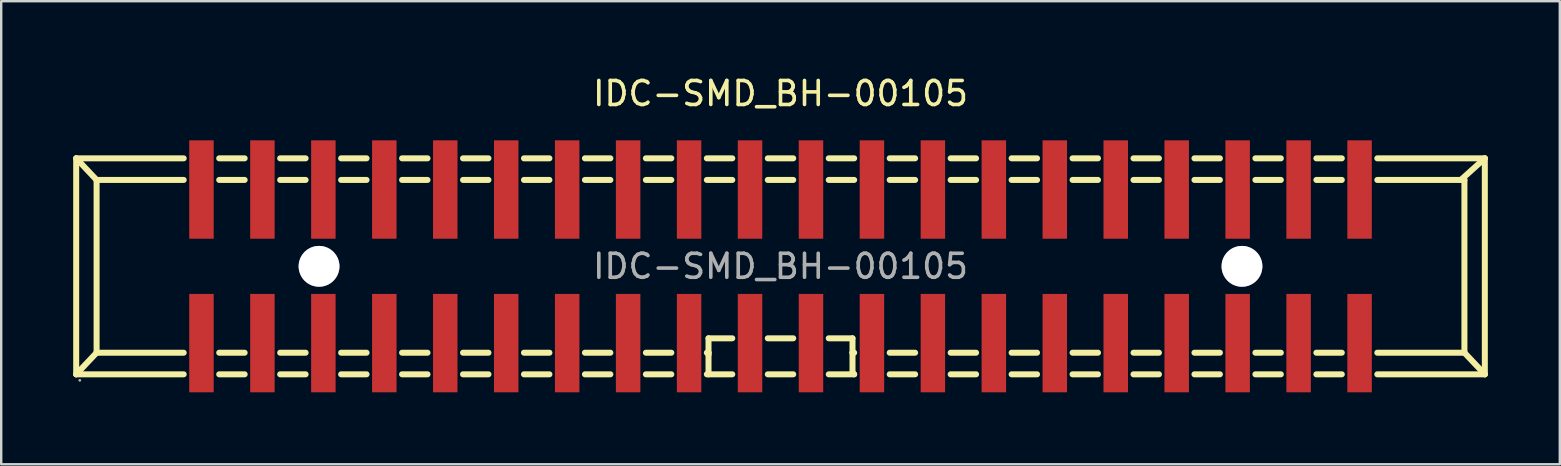
<source format=kicad_pcb>
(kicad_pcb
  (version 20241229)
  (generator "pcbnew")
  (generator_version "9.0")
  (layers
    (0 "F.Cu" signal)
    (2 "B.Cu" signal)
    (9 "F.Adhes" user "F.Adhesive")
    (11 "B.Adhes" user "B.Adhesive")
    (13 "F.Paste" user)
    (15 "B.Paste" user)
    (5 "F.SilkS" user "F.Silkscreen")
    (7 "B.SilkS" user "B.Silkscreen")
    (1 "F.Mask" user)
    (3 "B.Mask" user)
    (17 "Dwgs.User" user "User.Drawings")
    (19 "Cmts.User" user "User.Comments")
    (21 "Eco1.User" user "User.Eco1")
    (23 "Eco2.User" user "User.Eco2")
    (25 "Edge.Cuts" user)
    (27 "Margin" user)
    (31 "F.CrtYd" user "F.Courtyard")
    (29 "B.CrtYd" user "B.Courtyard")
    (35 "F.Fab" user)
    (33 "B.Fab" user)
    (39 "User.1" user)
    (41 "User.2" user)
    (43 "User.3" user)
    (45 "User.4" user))
  (footprint "IDC-SMD_BH-00105"
    (layer "F.Cu")
    (at 29.475 8.048)
    (property "Reference" "IDC-SMD_BH-00105" (at 0 -7.2 0) (layer "F.SilkS") (effects (font (size 1 1) (thickness 0.15))))
    (attr through_hole)
    (fp_line (start -29.35 -4.5) (end -29.35 4.5) (stroke (width 0.25) (type solid)) (layer "F.SilkS"))
    (fp_line (start -29.35 -4.5) (end -24.87 -4.5) (stroke (width 0.25) (type solid)) (layer "F.SilkS"))
    (fp_line (start -29.35 4.5) (end -28.5 3.6) (stroke (width 0.25) (type solid)) (layer "F.SilkS"))
    (fp_line (start -29.35 4.5) (end -24.87 4.5) (stroke (width 0.25) (type solid)) (layer "F.SilkS"))
    (fp_line (start -28.5 -3.6) (end -29.35 -4.5) (stroke (width 0.25) (type solid)) (layer "F.SilkS"))
    (fp_line (start -28.5 -3.6) (end -24.87 -3.6) (stroke (width 0.25) (type solid)) (layer "F.SilkS"))
    (fp_line (start -28.5 3.6) (end -28.5 -3.6) (stroke (width 0.25) (type solid)) (layer "F.SilkS"))
    (fp_line (start -28.5 3.6) (end -24.87 3.6) (stroke (width 0.25) (type solid)) (layer "F.SilkS"))
    (fp_line (start -23.39 -4.5) (end -22.33 -4.5) (stroke (width 0.25) (type solid)) (layer "F.SilkS"))
    (fp_line (start -23.39 -3.6) (end -22.33 -3.6) (stroke (width 0.25) (type solid)) (layer "F.SilkS"))
    (fp_line (start -23.39 3.6) (end -22.33 3.6) (stroke (width 0.25) (type solid)) (layer "F.SilkS"))
    (fp_line (start -23.39 4.5) (end -22.33 4.5) (stroke (width 0.25) (type solid)) (layer "F.SilkS"))
    (fp_line (start -20.85 -4.5) (end -19.79 -4.5) (stroke (width 0.25) (type solid)) (layer "F.SilkS"))
    (fp_line (start -20.85 -3.6) (end -19.79 -3.6) (stroke (width 0.25) (type solid)) (layer "F.SilkS"))
    (fp_line (start -20.85 3.6) (end -19.79 3.6) (stroke (width 0.25) (type solid)) (layer "F.SilkS"))
    (fp_line (start -20.85 4.5) (end -19.79 4.5) (stroke (width 0.25) (type solid)) (layer "F.SilkS"))
    (fp_line (start -18.31 -4.5) (end -17.25 -4.5) (stroke (width 0.25) (type solid)) (layer "F.SilkS"))
    (fp_line (start -18.31 -3.6) (end -17.25 -3.6) (stroke (width 0.25) (type solid)) (layer "F.SilkS"))
    (fp_line (start -18.31 3.6) (end -17.25 3.6) (stroke (width 0.25) (type solid)) (layer "F.SilkS"))
    (fp_line (start -18.31 4.5) (end -17.25 4.5) (stroke (width 0.25) (type solid)) (layer "F.SilkS"))
    (fp_line (start -15.77 -4.5) (end -14.71 -4.5) (stroke (width 0.25) (type solid)) (layer "F.SilkS"))
    (fp_line (start -15.77 -3.6) (end -14.71 -3.6) (stroke (width 0.25) (type solid)) (layer "F.SilkS"))
    (fp_line (start -15.77 3.6) (end -14.71 3.6) (stroke (width 0.25) (type solid)) (layer "F.SilkS"))
    (fp_line (start -15.77 4.5) (end -14.71 4.5) (stroke (width 0.25) (type solid)) (layer "F.SilkS"))
    (fp_line (start -13.23 -4.5) (end -12.17 -4.5) (stroke (width 0.25) (type solid)) (layer "F.SilkS"))
    (fp_line (start -13.23 -3.6) (end -12.17 -3.6) (stroke (width 0.25) (type solid)) (layer "F.SilkS"))
    (fp_line (start -13.23 3.6) (end -12.17 3.6) (stroke (width 0.25) (type solid)) (layer "F.SilkS"))
    (fp_line (start -13.23 4.5) (end -12.17 4.5) (stroke (width 0.25) (type solid)) (layer "F.SilkS"))
    (fp_line (start -10.69 -4.5) (end -9.63 -4.5) (stroke (width 0.25) (type solid)) (layer "F.SilkS"))
    (fp_line (start -10.69 -3.6) (end -9.63 -3.6) (stroke (width 0.25) (type solid)) (layer "F.SilkS"))
    (fp_line (start -10.69 3.6) (end -9.63 3.6) (stroke (width 0.25) (type solid)) (layer "F.SilkS"))
    (fp_line (start -10.69 4.5) (end -9.63 4.5) (stroke (width 0.25) (type solid)) (layer "F.SilkS"))
    (fp_line (start -8.15 -4.5) (end -7.09 -4.5) (stroke (width 0.25) (type solid)) (layer "F.SilkS"))
    (fp_line (start -8.15 -3.6) (end -7.09 -3.6) (stroke (width 0.25) (type solid)) (layer "F.SilkS"))
    (fp_line (start -8.15 3.6) (end -7.09 3.6) (stroke (width 0.25) (type solid)) (layer "F.SilkS"))
    (fp_line (start -8.15 4.5) (end -7.09 4.5) (stroke (width 0.25) (type solid)) (layer "F.SilkS"))
    (fp_line (start -5.61 -4.5) (end -4.55 -4.5) (stroke (width 0.25) (type solid)) (layer "F.SilkS"))
    (fp_line (start -5.61 -3.6) (end -4.55 -3.6) (stroke (width 0.25) (type solid)) (layer "F.SilkS"))
    (fp_line (start -5.61 3.6) (end -4.55 3.6) (stroke (width 0.25) (type solid)) (layer "F.SilkS"))
    (fp_line (start -5.61 4.5) (end -4.55 4.5) (stroke (width 0.25) (type solid)) (layer "F.SilkS"))
    (fp_line (start -3.07 -4.5) (end -2.01 -4.5) (stroke (width 0.25) (type solid)) (layer "F.SilkS"))
    (fp_line (start -3.07 -3.6) (end -2.01 -3.6) (stroke (width 0.25) (type solid)) (layer "F.SilkS"))
    (fp_line (start -3.07 3.6) (end -3 3.6) (stroke (width 0.25) (type solid)) (layer "F.SilkS"))
    (fp_line (start -3.07 4.5) (end -2.01 4.5) (stroke (width 0.25) (type solid)) (layer "F.SilkS"))
    (fp_line (start -3 3) (end -2.01 3) (stroke (width 0.25) (type solid)) (layer "F.SilkS"))
    (fp_line (start -3 3.6) (end -3 4.5) (stroke (width 0.25) (type solid)) (layer "F.SilkS"))
    (fp_line (start -3 3.68) (end -3 3) (stroke (width 0.25) (type solid)) (layer "F.SilkS"))
    (fp_line (start -0.53 -4.5) (end 0.53 -4.5) (stroke (width 0.25) (type solid)) (layer "F.SilkS"))
    (fp_line (start -0.53 -3.6) (end 0.53 -3.6) (stroke (width 0.25) (type solid)) (layer "F.SilkS"))
    (fp_line (start -0.53 3) (end 0.53 3) (stroke (width 0.25) (type solid)) (layer "F.SilkS"))
    (fp_line (start -0.53 4.5) (end 0.53 4.5) (stroke (width 0.25) (type solid)) (layer "F.SilkS"))
    (fp_line (start 2.01 -4.5) (end 3.07 -4.5) (stroke (width 0.25) (type solid)) (layer "F.SilkS"))
    (fp_line (start 2.01 -3.6) (end 3.07 -3.6) (stroke (width 0.25) (type solid)) (layer "F.SilkS"))
    (fp_line (start 2.01 3) (end 3 3) (stroke (width 0.25) (type solid)) (layer "F.SilkS"))
    (fp_line (start 2.01 4.5) (end 3.07 4.5) (stroke (width 0.25) (type solid)) (layer "F.SilkS"))
    (fp_line (start 3 3) (end 3 3.6) (stroke (width 0.25) (type solid)) (layer "F.SilkS"))
    (fp_line (start 3 3.6) (end 3 4.43) (stroke (width 0.25) (type solid)) (layer "F.SilkS"))
    (fp_line (start 3 4.43) (end 3.07 4.5) (stroke (width 0.25) (type solid)) (layer "F.SilkS"))
    (fp_line (start 3.07 3.6) (end 3 3.6) (stroke (width 0.25) (type solid)) (layer "F.SilkS"))
    (fp_line (start 4.55 -4.5) (end 5.61 -4.5) (stroke (width 0.25) (type solid)) (layer "F.SilkS"))
    (fp_line (start 4.55 -3.6) (end 5.61 -3.6) (stroke (width 0.25) (type solid)) (layer "F.SilkS"))
    (fp_line (start 4.55 4.5) (end 5.61 4.5) (stroke (width 0.25) (type solid)) (layer "F.SilkS"))
    (fp_line (start 5.61 3.6) (end 4.55 3.6) (stroke (width 0.25) (type solid)) (layer "F.SilkS"))
    (fp_line (start 7.09 -4.5) (end 8.15 -4.5) (stroke (width 0.25) (type solid)) (layer "F.SilkS"))
    (fp_line (start 7.09 -3.6) (end 8.15 -3.6) (stroke (width 0.25) (type solid)) (layer "F.SilkS"))
    (fp_line (start 7.09 4.5) (end 8.15 4.5) (stroke (width 0.25) (type solid)) (layer "F.SilkS"))
    (fp_line (start 8.15 3.6) (end 7.09 3.6) (stroke (width 0.25) (type solid)) (layer "F.SilkS"))
    (fp_line (start 9.63 -4.5) (end 10.69 -4.5) (stroke (width 0.25) (type solid)) (layer "F.SilkS"))
    (fp_line (start 9.63 -3.6) (end 10.69 -3.6) (stroke (width 0.25) (type solid)) (layer "F.SilkS"))
    (fp_line (start 9.63 4.5) (end 10.69 4.5) (stroke (width 0.25) (type solid)) (layer "F.SilkS"))
    (fp_line (start 10.69 3.6) (end 9.63 3.6) (stroke (width 0.25) (type solid)) (layer "F.SilkS"))
    (fp_line (start 12.17 -4.5) (end 13.23 -4.5) (stroke (width 0.25) (type solid)) (layer "F.SilkS"))
    (fp_line (start 12.17 -3.6) (end 13.23 -3.6) (stroke (width 0.25) (type solid)) (layer "F.SilkS"))
    (fp_line (start 12.17 4.5) (end 13.23 4.5) (stroke (width 0.25) (type solid)) (layer "F.SilkS"))
    (fp_line (start 13.23 3.6) (end 12.17 3.6) (stroke (width 0.25) (type solid)) (layer "F.SilkS"))
    (fp_line (start 14.71 -4.5) (end 15.77 -4.5) (stroke (width 0.25) (type solid)) (layer "F.SilkS"))
    (fp_line (start 14.71 -3.6) (end 15.77 -3.6) (stroke (width 0.25) (type solid)) (layer "F.SilkS"))
    (fp_line (start 14.71 4.5) (end 15.77 4.5) (stroke (width 0.25) (type solid)) (layer "F.SilkS"))
    (fp_line (start 15.77 3.6) (end 14.71 3.6) (stroke (width 0.25) (type solid)) (layer "F.SilkS"))
    (fp_line (start 17.25 -4.5) (end 18.31 -4.5) (stroke (width 0.25) (type solid)) (layer "F.SilkS"))
    (fp_line (start 17.25 -3.6) (end 18.31 -3.6) (stroke (width 0.25) (type solid)) (layer "F.SilkS"))
    (fp_line (start 17.25 4.5) (end 18.31 4.5) (stroke (width 0.25) (type solid)) (layer "F.SilkS"))
    (fp_line (start 18.31 3.6) (end 17.25 3.6) (stroke (width 0.25) (type solid)) (layer "F.SilkS"))
    (fp_line (start 19.79 -4.5) (end 20.85 -4.5) (stroke (width 0.25) (type solid)) (layer "F.SilkS"))
    (fp_line (start 19.79 -3.6) (end 20.85 -3.6) (stroke (width 0.25) (type solid)) (layer "F.SilkS"))
    (fp_line (start 19.79 4.5) (end 20.85 4.5) (stroke (width 0.25) (type solid)) (layer "F.SilkS"))
    (fp_line (start 20.85 3.6) (end 19.79 3.6) (stroke (width 0.25) (type solid)) (layer "F.SilkS"))
    (fp_line (start 22.33 -4.5) (end 23.39 -4.5) (stroke (width 0.25) (type solid)) (layer "F.SilkS"))
    (fp_line (start 22.33 -3.6) (end 23.39 -3.6) (stroke (width 0.25) (type solid)) (layer "F.SilkS"))
    (fp_line (start 22.33 4.5) (end 23.39 4.5) (stroke (width 0.25) (type solid)) (layer "F.SilkS"))
    (fp_line (start 23.39 3.6) (end 22.33 3.6) (stroke (width 0.25) (type solid)) (layer "F.SilkS"))
    (fp_line (start 24.87 -4.5) (end 29.35 -4.5) (stroke (width 0.25) (type solid)) (layer "F.SilkS"))
    (fp_line (start 24.87 -3.6) (end 28.5 -3.6) (stroke (width 0.25) (type solid)) (layer "F.SilkS"))
    (fp_line (start 24.87 4.5) (end 29.35 4.5) (stroke (width 0.25) (type solid)) (layer "F.SilkS"))
    (fp_line (start 28.35 -3.6) (end 29.35 -4.5) (stroke (width 0.25) (type solid)) (layer "F.SilkS"))
    (fp_line (start 28.5 -3.6) (end 28.5 3.6) (stroke (width 0.25) (type solid)) (layer "F.SilkS"))
    (fp_line (start 28.5 3.6) (end 24.87 3.6) (stroke (width 0.25) (type solid)) (layer "F.SilkS"))
    (fp_line (start 28.5 3.6) (end 29.35 4.5) (stroke (width 0.25) (type solid)) (layer "F.SilkS"))
    (fp_line (start 29.35 -4.5) (end 29.35 4.5) (stroke (width 0.25) (type solid)) (layer "F.SilkS"))
    (fp_circle (center -19.23 0) (end -18.83 0) (stroke (width 0.8) (type solid)) (fill no) (layer "Cmts.User"))
    (fp_circle (center 19.23 0) (end 19.63 0) (stroke (width 0.8) (type solid)) (fill no) (layer "Cmts.User"))
    (fp_circle (center -29.2 4.75) (end -29.17 4.75) (stroke (width 0.06) (type solid)) (fill no) (layer "F.Fab"))
    (fp_text user "${REFERENCE}" (at 0 0 0) (layer "F.Fab") (effects (font (size 1 1) (thickness 0.15))))
    (pad "" thru_hole circle (at -19.23 0) (size 1.7 1.7) (drill 1.7) (layers "*.Cu" "*.Mask"))
    (pad "" thru_hole circle (at 19.23 0) (size 1.7 1.7) (drill 1.7) (layers "*.Cu" "*.Mask"))
    (pad "1" smd rect (at -24.13 3.2) (size 1.02 4.1) (layers "F.Cu" "F.Mask" "F.Paste"))
    (pad "2" smd rect (at -24.13 -3.2) (size 1.02 4.1) (layers "F.Cu" "F.Mask" "F.Paste"))
    (pad "3" smd rect (at -21.59 3.2) (size 1.02 4.1) (layers "F.Cu" "F.Mask" "F.Paste"))
    (pad "4" smd rect (at -21.59 -3.2) (size 1.02 4.1) (layers "F.Cu" "F.Mask" "F.Paste"))
    (pad "5" smd rect (at -19.05 3.2) (size 1.02 4.1) (layers "F.Cu" "F.Mask" "F.Paste"))
    (pad "6" smd rect (at -19.05 -3.2) (size 1.02 4.1) (layers "F.Cu" "F.Mask" "F.Paste"))
    (pad "7" smd rect (at -16.51 3.2) (size 1.02 4.1) (layers "F.Cu" "F.Mask" "F.Paste"))
    (pad "8" smd rect (at -16.51 -3.2) (size 1.02 4.1) (layers "F.Cu" "F.Mask" "F.Paste"))
    (pad "9" smd rect (at -13.97 3.2) (size 1.02 4.1) (layers "F.Cu" "F.Mask" "F.Paste"))
    (pad "10" smd rect (at -13.97 -3.2) (size 1.02 4.1) (layers "F.Cu" "F.Mask" "F.Paste"))
    (pad "11" smd rect (at -11.43 3.2) (size 1.02 4.1) (layers "F.Cu" "F.Mask" "F.Paste"))
    (pad "12" smd rect (at -11.43 -3.2) (size 1.02 4.1) (layers "F.Cu" "F.Mask" "F.Paste"))
    (pad "13" smd rect (at -8.89 3.2) (size 1.02 4.1) (layers "F.Cu" "F.Mask" "F.Paste"))
    (pad "14" smd rect (at -8.89 -3.2) (size 1.02 4.1) (layers "F.Cu" "F.Mask" "F.Paste"))
    (pad "15" smd rect (at -6.35 3.2) (size 1.02 4.1) (layers "F.Cu" "F.Mask" "F.Paste"))
    (pad "16" smd rect (at -6.35 -3.2) (size 1.02 4.1) (layers "F.Cu" "F.Mask" "F.Paste"))
    (pad "17" smd rect (at -3.81 3.2) (size 1.02 4.1) (layers "F.Cu" "F.Mask" "F.Paste"))
    (pad "18" smd rect (at -3.81 -3.2) (size 1.02 4.1) (layers "F.Cu" "F.Mask" "F.Paste"))
    (pad "19" smd rect (at -1.27 3.2) (size 1.02 4.1) (layers "F.Cu" "F.Mask" "F.Paste"))
    (pad "20" smd rect (at -1.27 -3.2) (size 1.02 4.1) (layers "F.Cu" "F.Mask" "F.Paste"))
    (pad "21" smd rect (at 1.27 3.2) (size 1.02 4.1) (layers "F.Cu" "F.Mask" "F.Paste"))
    (pad "22" smd rect (at 1.27 -3.2) (size 1.02 4.1) (layers "F.Cu" "F.Mask" "F.Paste"))
    (pad "23" smd rect (at 3.81 3.2) (size 1.02 4.1) (layers "F.Cu" "F.Mask" "F.Paste"))
    (pad "24" smd rect (at 3.81 -3.2) (size 1.02 4.1) (layers "F.Cu" "F.Mask" "F.Paste"))
    (pad "25" smd rect (at 6.35 3.2) (size 1.02 4.1) (layers "F.Cu" "F.Mask" "F.Paste"))
    (pad "26" smd rect (at 6.35 -3.2) (size 1.02 4.1) (layers "F.Cu" "F.Mask" "F.Paste"))
    (pad "27" smd rect (at 8.89 3.2) (size 1.02 4.1) (layers "F.Cu" "F.Mask" "F.Paste"))
    (pad "28" smd rect (at 8.89 -3.2) (size 1.02 4.1) (layers "F.Cu" "F.Mask" "F.Paste"))
    (pad "29" smd rect (at 11.43 3.2) (size 1.02 4.1) (layers "F.Cu" "F.Mask" "F.Paste"))
    (pad "30" smd rect (at 11.43 -3.2) (size 1.02 4.1) (layers "F.Cu" "F.Mask" "F.Paste"))
    (pad "31" smd rect (at 13.97 3.2) (size 1.02 4.1) (layers "F.Cu" "F.Mask" "F.Paste"))
    (pad "32" smd rect (at 13.97 -3.2) (size 1.02 4.1) (layers "F.Cu" "F.Mask" "F.Paste"))
    (pad "33" smd rect (at 16.51 3.2) (size 1.02 4.1) (layers "F.Cu" "F.Mask" "F.Paste"))
    (pad "34" smd rect (at 16.51 -3.2) (size 1.02 4.1) (layers "F.Cu" "F.Mask" "F.Paste"))
    (pad "35" smd rect (at 19.05 3.2) (size 1.02 4.1) (layers "F.Cu" "F.Mask" "F.Paste"))
    (pad "36" smd rect (at 19.05 -3.2) (size 1.02 4.1) (layers "F.Cu" "F.Mask" "F.Paste"))
    (pad "37" smd rect (at 21.59 3.2) (size 1.02 4.1) (layers "F.Cu" "F.Mask" "F.Paste"))
    (pad "38" smd rect (at 21.59 -3.2) (size 1.02 4.1) (layers "F.Cu" "F.Mask" "F.Paste"))
    (pad "39" smd rect (at 24.13 3.2) (size 1.02 4.1) (layers "F.Cu" "F.Mask" "F.Paste"))
    (pad "40" smd rect (at 24.13 -3.2) (size 1.02 4.1) (layers "F.Cu" "F.Mask" "F.Paste")))
  (gr_rect
    (start -3 -3)
    (end 61.95 16.298)
    (stroke (width 0.1) (type default))
    (fill no)
    (layer "Edge.Cuts")))
</source>
